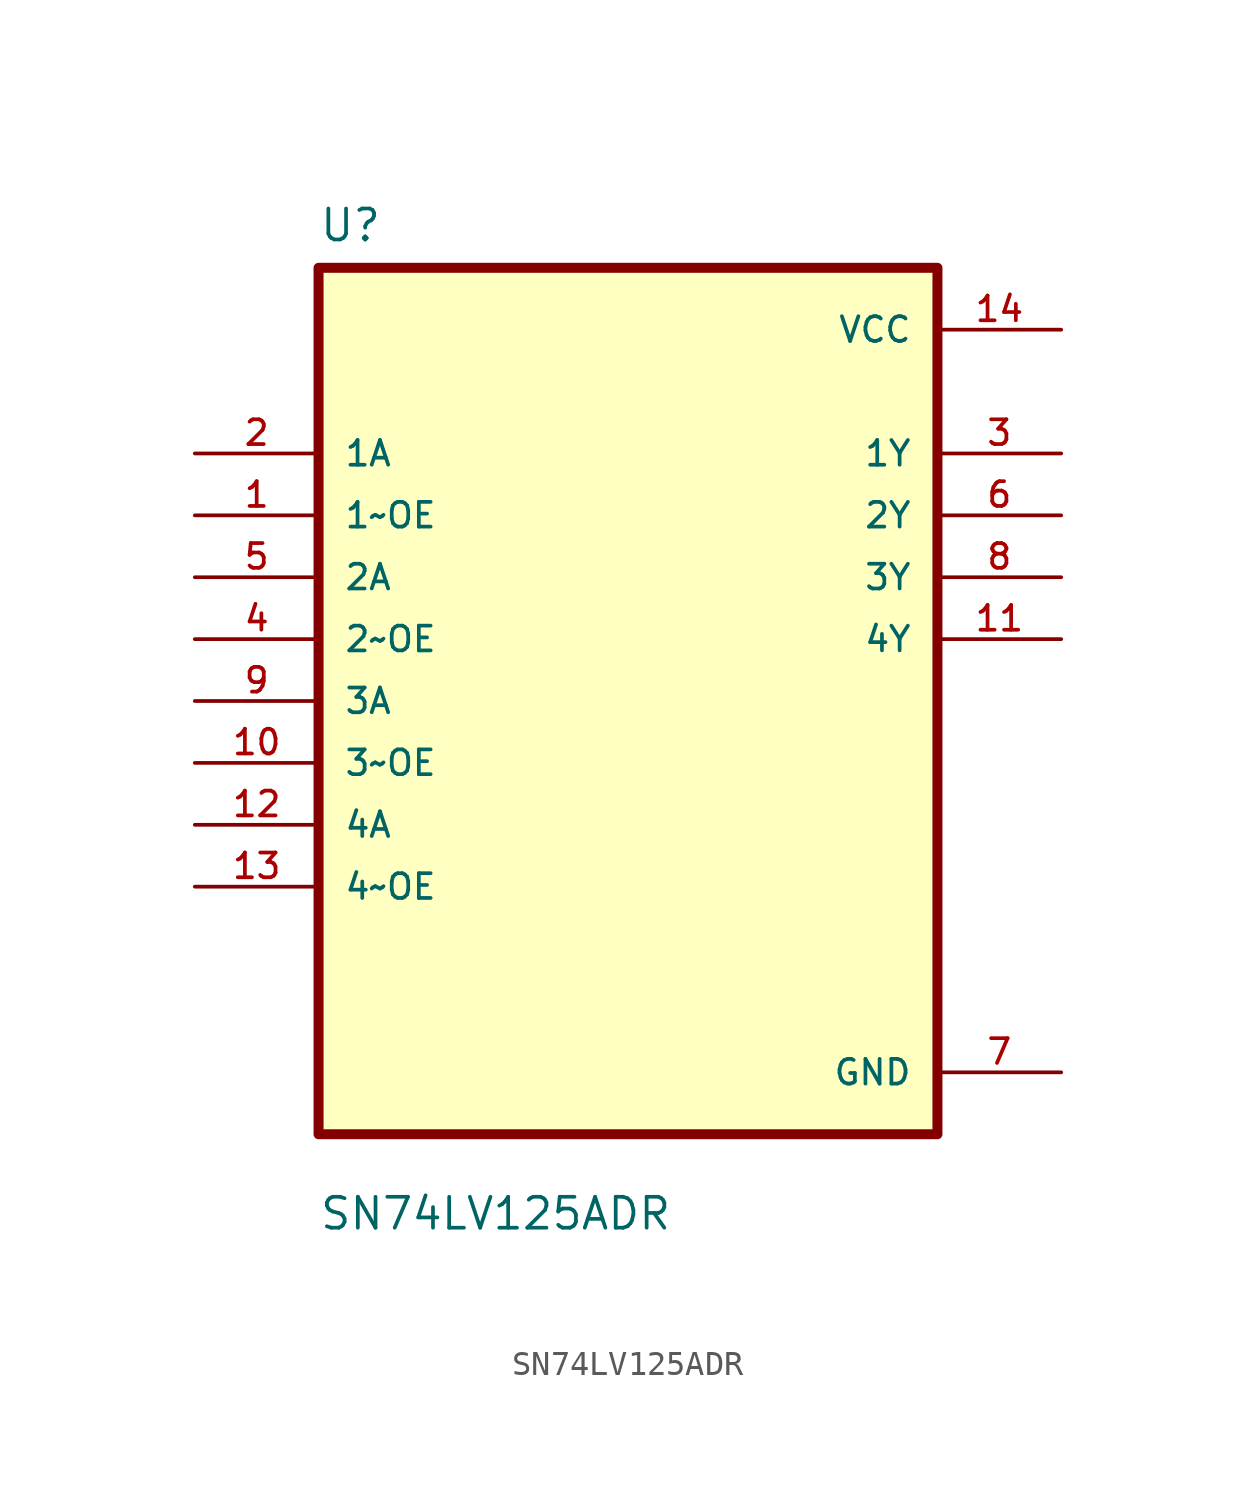
<source format=kicad_sym>
(kicad_symbol_lib
  (version 20211014)
  (generator kicad_symbol_editor)
  (symbol "SN74LV125ADR"
    (pin_names
      (offset 1.016))
    (property "Reference" "U"
      (at -12.7 18.78 0.0)
      (effects (font (size 1.27 1.27)) (justify bottom left)))
    (property "Value" "SN74LV125ADR"
      (at -12.7 -21.78 0.0)
      (effects (font (size 1.27 1.27)) (justify bottom left)))
    (symbol "SN74LV125ADR_0_0"
      (rectangle (start -12.7 -17.78) (end 12.7 17.78) (stroke (width 0.41)) (fill (type background)))
      (pin input line (at -17.78 10.16 0) (length 5.08) (name "1A" (effects (font (size 1.016 1.016)))) (number "2" (effects (font (size 1.016 1.016)))))
      (pin input line (at -17.78 7.62 0) (length 5.08) (name "1~OE" (effects (font (size 1.016 1.016)))) (number "1" (effects (font (size 1.016 1.016)))))
      (pin input line (at -17.78 5.08 0) (length 5.08) (name "2A" (effects (font (size 1.016 1.016)))) (number "5" (effects (font (size 1.016 1.016)))))
      (pin input line (at -17.78 2.54 0) (length 5.08) (name "2~OE" (effects (font (size 1.016 1.016)))) (number "4" (effects (font (size 1.016 1.016)))))
      (pin input line (at -17.78 0.0 0) (length 5.08) (name "3A" (effects (font (size 1.016 1.016)))) (number "9" (effects (font (size 1.016 1.016)))))
      (pin input line (at -17.78 -2.54 0) (length 5.08) (name "3~OE" (effects (font (size 1.016 1.016)))) (number "10" (effects (font (size 1.016 1.016)))))
      (pin input line (at -17.78 -5.08 0) (length 5.08) (name "4A" (effects (font (size 1.016 1.016)))) (number "12" (effects (font (size 1.016 1.016)))))
      (pin input line (at -17.78 -7.62 0) (length 5.08) (name "4~OE" (effects (font (size 1.016 1.016)))) (number "13" (effects (font (size 1.016 1.016)))))
      (pin power_in line (at 17.78 15.24 180.0) (length 5.08) (name "VCC" (effects (font (size 1.016 1.016)))) (number "14" (effects (font (size 1.016 1.016)))))
      (pin output line (at 17.78 10.16 180.0) (length 5.08) (name "1Y" (effects (font (size 1.016 1.016)))) (number "3" (effects (font (size 1.016 1.016)))))
      (pin output line (at 17.78 7.62 180.0) (length 5.08) (name "2Y" (effects (font (size 1.016 1.016)))) (number "6" (effects (font (size 1.016 1.016)))))
      (pin output line (at 17.78 5.08 180.0) (length 5.08) (name "3Y" (effects (font (size 1.016 1.016)))) (number "8" (effects (font (size 1.016 1.016)))))
      (pin output line (at 17.78 2.54 180.0) (length 5.08) (name "4Y" (effects (font (size 1.016 1.016)))) (number "11" (effects (font (size 1.016 1.016)))))
      (pin power_in line (at 17.78 -15.24 180.0) (length 5.08) (name "GND" (effects (font (size 1.016 1.016)))) (number "7" (effects (font (size 1.016 1.016))))))))
</source>
